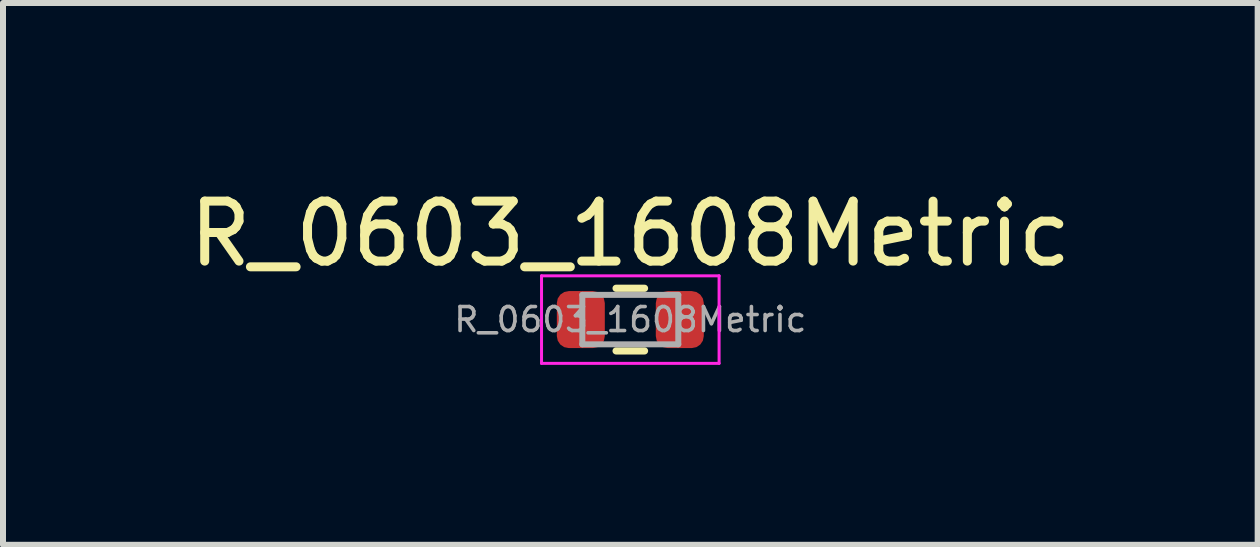
<source format=kicad_pcb>
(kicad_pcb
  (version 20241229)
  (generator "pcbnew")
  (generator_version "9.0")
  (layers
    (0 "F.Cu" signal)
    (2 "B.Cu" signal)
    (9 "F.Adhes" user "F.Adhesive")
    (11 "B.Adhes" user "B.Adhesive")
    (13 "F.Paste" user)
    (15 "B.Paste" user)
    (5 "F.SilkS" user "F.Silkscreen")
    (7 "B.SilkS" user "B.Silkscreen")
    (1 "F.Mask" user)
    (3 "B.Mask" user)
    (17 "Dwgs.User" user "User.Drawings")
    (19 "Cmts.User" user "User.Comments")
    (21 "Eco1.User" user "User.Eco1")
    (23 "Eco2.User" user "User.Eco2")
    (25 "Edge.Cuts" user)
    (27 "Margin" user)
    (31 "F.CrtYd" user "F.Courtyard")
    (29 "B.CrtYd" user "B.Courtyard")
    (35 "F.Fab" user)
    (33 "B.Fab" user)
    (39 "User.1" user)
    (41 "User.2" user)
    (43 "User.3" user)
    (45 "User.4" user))
  (footprint "R_0603_1608Metric"
    (layer "F.Cu")
    (at 7.458 2.278)
    (property "Reference" "R_0603_1608Metric" (at 0 -1.43 0) (layer "F.SilkS") (effects (font (size 1 1) (thickness 0.15))))
    (attr smd)
    (fp_line (start -0.237 -0.522) (end 0.237 -0.522) (stroke (width 0.12) (type solid)) (layer "F.SilkS"))
    (fp_line (start -0.237 0.522) (end 0.237 0.522) (stroke (width 0.12) (type solid)) (layer "F.SilkS"))
    (fp_line (start -1.48 -0.73) (end 1.48 -0.73) (stroke (width 0.05) (type solid)) (layer "F.CrtYd"))
    (fp_line (start -1.48 0.73) (end -1.48 -0.73) (stroke (width 0.05) (type solid)) (layer "F.CrtYd"))
    (fp_line (start 1.48 -0.73) (end 1.48 0.73) (stroke (width 0.05) (type solid)) (layer "F.CrtYd"))
    (fp_line (start 1.48 0.73) (end -1.48 0.73) (stroke (width 0.05) (type solid)) (layer "F.CrtYd"))
    (fp_line (start -0.8 -0.412) (end 0.8 -0.412) (stroke (width 0.1) (type solid)) (layer "F.Fab"))
    (fp_line (start -0.8 0.412) (end -0.8 -0.412) (stroke (width 0.1) (type solid)) (layer "F.Fab"))
    (fp_line (start 0.8 -0.412) (end 0.8 0.412) (stroke (width 0.1) (type solid)) (layer "F.Fab"))
    (fp_line (start 0.8 0.412) (end -0.8 0.412) (stroke (width 0.1) (type solid)) (layer "F.Fab"))
    (fp_text user "${REFERENCE}" (at 0 0 0) (layer "F.Fab") (effects (font (size 0.4 0.4) (thickness 0.06))))
    (pad "1" smd roundrect (at -0.825 0) (size 0.8 0.95) (layers "F.Cu" "F.Mask" "F.Paste") (roundrect_rratio 0.25))
    (pad "2" smd roundrect (at 0.825 0) (size 0.8 0.95) (layers "F.Cu" "F.Mask" "F.Paste") (roundrect_rratio 0.25)))
  (gr_rect
    (start -3 -3)
    (end 17.917 6.033)
    (stroke (width 0.1) (type default))
    (fill no)
    (layer "Edge.Cuts")))
</source>
